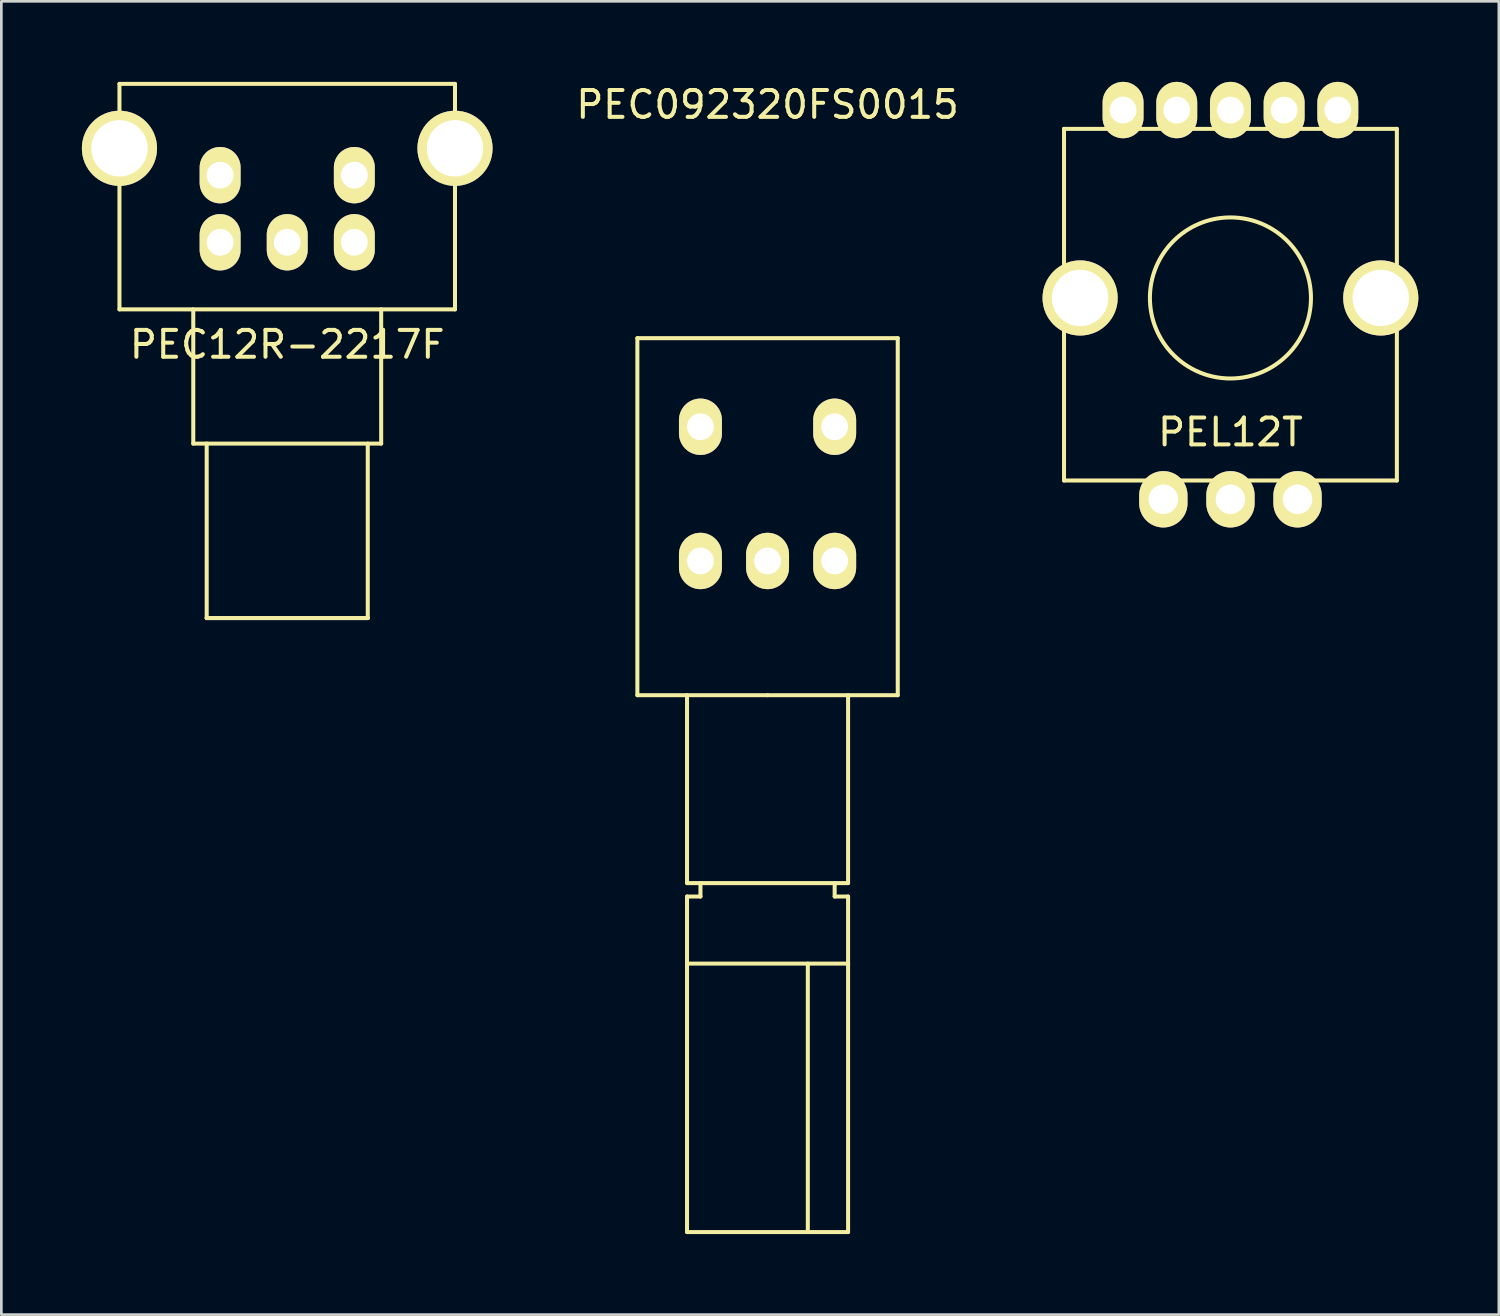
<source format=kicad_pcb>
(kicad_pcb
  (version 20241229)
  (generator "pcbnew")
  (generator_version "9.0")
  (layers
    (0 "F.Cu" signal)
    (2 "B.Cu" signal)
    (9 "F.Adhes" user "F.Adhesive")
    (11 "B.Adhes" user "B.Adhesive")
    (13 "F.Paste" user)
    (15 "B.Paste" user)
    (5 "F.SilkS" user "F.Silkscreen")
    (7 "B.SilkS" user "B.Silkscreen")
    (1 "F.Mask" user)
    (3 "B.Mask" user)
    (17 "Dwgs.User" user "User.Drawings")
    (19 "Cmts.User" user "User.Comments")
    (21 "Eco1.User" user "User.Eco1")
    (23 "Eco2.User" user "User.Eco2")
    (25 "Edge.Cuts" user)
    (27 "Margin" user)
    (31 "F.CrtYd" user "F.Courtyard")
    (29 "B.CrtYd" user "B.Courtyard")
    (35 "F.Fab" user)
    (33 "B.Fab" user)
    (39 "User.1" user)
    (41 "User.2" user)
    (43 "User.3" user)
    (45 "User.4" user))
  (footprint "PEC12R-2217F"
    (layer "F.Cu")
    (at 7.65 5.975)
    (property "Reference" "PEC12R-2217F" (at 0 3.81 0) (layer "F.SilkS") (effects (font (size 1 1) (thickness 0.15))))
    (attr through_hole)
    (fp_line (start -6.25 -5.9) (end -6.25 -3.5) (stroke (width 0.15) (type solid)) (layer "F.SilkS"))
    (fp_line (start -6.25 -3.5) (end -6.25 2.5) (stroke (width 0.15) (type solid)) (layer "F.SilkS"))
    (fp_line (start -6.25 2.5) (end 6.25 2.5) (stroke (width 0.15) (type solid)) (layer "F.SilkS"))
    (fp_line (start -3.5 7.5) (end -3.5 2.5) (stroke (width 0.15) (type solid)) (layer "F.SilkS"))
    (fp_line (start -3 14) (end -3 7.5) (stroke (width 0.15) (type solid)) (layer "F.SilkS"))
    (fp_line (start 3 7.5) (end 3 14) (stroke (width 0.15) (type solid)) (layer "F.SilkS"))
    (fp_line (start 3 14) (end -3 14) (stroke (width 0.15) (type solid)) (layer "F.SilkS"))
    (fp_line (start 3 14) (end -3 14) (stroke (width 0.15) (type solid)) (layer "F.SilkS"))
    (fp_line (start 3.5 2.5) (end 3.5 7.5) (stroke (width 0.15) (type solid)) (layer "F.SilkS"))
    (fp_line (start 3.5 7.5) (end -3.5 7.5) (stroke (width 0.15) (type solid)) (layer "F.SilkS"))
    (fp_line (start 6.25 -5.9) (end -6.25 -5.9) (stroke (width 0.15) (type solid)) (layer "F.SilkS"))
    (fp_line (start 6.25 -3.5) (end 6.25 -5.9) (stroke (width 0.15) (type solid)) (layer "F.SilkS"))
    (fp_line (start 6.25 2.5) (end 6.25 -3.5) (stroke (width 0.15) (type solid)) (layer "F.SilkS"))
    (pad "" np_thru_hole circle (at -6.25 -3.5) (size 2.8 2.8) (drill 2.1) (layers "*.Cu" "*.Mask" "F.SilkS"))
    (pad "" np_thru_hole circle (at 6.25 -3.5) (size 2.8 2.8) (drill 2.1) (layers "*.Cu" "*.Mask" "F.SilkS"))
    (pad "1" thru_hole oval (at -2.5 -2.5) (size 1.524 2.1) (drill 1) (layers "*.Cu" "*.Mask" "F.SilkS"))
    (pad "2" thru_hole oval (at 2.5 -2.5) (size 1.524 2.1) (drill 1) (layers "*.Cu" "*.Mask" "F.SilkS"))
    (pad "3" thru_hole oval (at -2.5 0) (size 1.524 2.1) (drill 1) (layers "*.Cu" "*.Mask" "F.SilkS"))
    (pad "4" thru_hole oval (at 0 0) (size 1.524 2.1) (drill 1) (layers "*.Cu" "*.Mask" "F.SilkS"))
    (pad "5" thru_hole oval (at 2.5 0) (size 1.524 2.1) (drill 1) (layers "*.Cu" "*.Mask" "F.SilkS")))
  (footprint "PEL12T"
    (layer "F.Cu")
    (at 42.788 8.05)
    (property "Reference" "PEL12T" (at 0 5 0) (layer "F.SilkS") (effects (font (size 1 1) (thickness 0.15))))
    (attr through_hole)
    (fp_line (start -6.2 -6.3) (end 6.2 -6.3) (stroke (width 0.15) (type solid)) (layer "F.SilkS"))
    (fp_line (start -6.2 6.8) (end -6.2 -6.3) (stroke (width 0.15) (type solid)) (layer "F.SilkS"))
    (fp_line (start 6.2 -6.3) (end 6.2 6.8) (stroke (width 0.15) (type solid)) (layer "F.SilkS"))
    (fp_line (start 6.2 6.8) (end -6.2 6.8) (stroke (width 0.15) (type solid)) (layer "F.SilkS"))
    (fp_circle (center 0 0) (end -3 0) (stroke (width 0.15) (type solid)) (fill no) (layer "F.SilkS"))
    (pad "" np_thru_hole circle (at -5.6 0 90) (size 2.8 2.8) (drill 2.1) (layers "*.Cu" "*.Mask" "F.SilkS"))
    (pad "" np_thru_hole circle (at 5.6 0 90) (size 2.8 2.8) (drill 2.1) (layers "*.Cu" "*.Mask" "F.SilkS"))
    (pad "1" thru_hole oval (at -4 -7) (size 1.524 2.1) (drill 1) (layers "*.Cu" "*.Mask" "F.SilkS"))
    (pad "2" thru_hole oval (at -2 -7) (size 1.524 2.1) (drill 1) (layers "*.Cu" "*.Mask" "F.SilkS"))
    (pad "3" thru_hole oval (at 0 -7) (size 1.524 2.1) (drill 1) (layers "*.Cu" "*.Mask" "F.SilkS"))
    (pad "4" thru_hole oval (at 2 -7) (size 1.524 2.1) (drill 1) (layers "*.Cu" "*.Mask" "F.SilkS"))
    (pad "5" thru_hole oval (at 4 -7) (size 1.524 2.1) (drill 1) (layers "*.Cu" "*.Mask" "F.SilkS"))
    (pad "6" thru_hole oval (at 2.5 7.5) (size 1.8 2.1) (drill 1.1) (layers "*.Cu" "*.Mask" "F.SilkS"))
    (pad "7" thru_hole oval (at 0 7.5) (size 1.8 2.1) (drill 1.1) (layers "*.Cu" "*.Mask" "F.SilkS"))
    (pad "8" thru_hole oval (at -2.5 7.5) (size 1.8 2.1) (drill 1.1) (layers "*.Cu" "*.Mask" "F.SilkS")))
  (footprint "PEC092320FS0015"
    (layer "F.Cu")
    (at 25.544 15.348)
    (property "Reference" "PEC092320FS0015" (at 0 -14.5 0) (layer "F.SilkS") (effects (font (size 1 1) (thickness 0.15))))
    (attr through_hole)
    (fp_line (start -4.85 -5.8) (end -4.85 7.5) (stroke (width 0.15) (type solid)) (layer "F.SilkS"))
    (fp_line (start -4.85 7.5) (end 0 7.5) (stroke (width 0.15) (type solid)) (layer "F.SilkS"))
    (fp_line (start -3 7.5) (end -3 14.5) (stroke (width 0.15) (type solid)) (layer "F.SilkS"))
    (fp_line (start -3 14.5) (end 3 14.5) (stroke (width 0.15) (type solid)) (layer "F.SilkS"))
    (fp_line (start -3 15) (end -3 17.5) (stroke (width 0.15) (type solid)) (layer "F.SilkS"))
    (fp_line (start -3 17.5) (end -3 27.5) (stroke (width 0.15) (type solid)) (layer "F.SilkS"))
    (fp_line (start -3 27.5) (end 3 27.5) (stroke (width 0.15) (type solid)) (layer "F.SilkS"))
    (fp_line (start -2.5 14.5) (end -2.5 15) (stroke (width 0.15) (type solid)) (layer "F.SilkS"))
    (fp_line (start -2.5 15) (end -3 15) (stroke (width 0.15) (type solid)) (layer "F.SilkS"))
    (fp_line (start 0 7.5) (end 4.85 7.5) (stroke (width 0.15) (type solid)) (layer "F.SilkS"))
    (fp_line (start 1.5 27.5) (end 1.5 17.5) (stroke (width 0.15) (type solid)) (layer "F.SilkS"))
    (fp_line (start 2.5 14.5) (end 2.5 15) (stroke (width 0.15) (type solid)) (layer "F.SilkS"))
    (fp_line (start 2.5 15) (end 3 15) (stroke (width 0.15) (type solid)) (layer "F.SilkS"))
    (fp_line (start 3 14.5) (end 3 7.5) (stroke (width 0.15) (type solid)) (layer "F.SilkS"))
    (fp_line (start 3 15) (end 3 17.5) (stroke (width 0.15) (type solid)) (layer "F.SilkS"))
    (fp_line (start 3 17.5) (end -3 17.5) (stroke (width 0.15) (type solid)) (layer "F.SilkS"))
    (fp_line (start 3 27.5) (end 3 17.5) (stroke (width 0.15) (type solid)) (layer "F.SilkS"))
    (fp_line (start 4.85 -5.8) (end -4.85 -5.8) (stroke (width 0.15) (type solid)) (layer "F.SilkS"))
    (fp_line (start 4.85 7.5) (end 4.85 -5.8) (stroke (width 0.15) (type solid)) (layer "F.SilkS"))
    (pad "1" thru_hole oval (at -2.5 -2.5) (size 1.6 2.1) (drill 1) (layers "*.Cu" "*.Mask" "F.SilkS"))
    (pad "2" thru_hole oval (at 2.5 -2.5) (size 1.6 2.1) (drill 1) (layers "*.Cu" "*.Mask" "F.SilkS"))
    (pad "3" thru_hole oval (at -2.5 2.5) (size 1.6 2.1) (drill 1) (layers "*.Cu" "*.Mask" "F.SilkS"))
    (pad "4" thru_hole oval (at 0 2.5) (size 1.6 2.1) (drill 1) (layers "*.Cu" "*.Mask" "F.SilkS"))
    (pad "5" thru_hole oval (at 2.5 2.5) (size 1.6 2.1) (drill 1) (layers "*.Cu" "*.Mask" "F.SilkS")))
  (gr_rect
    (start -3 -3)
    (end 52.788 45.923)
    (stroke (width 0.1) (type default))
    (fill no)
    (layer "Edge.Cuts")))
</source>
